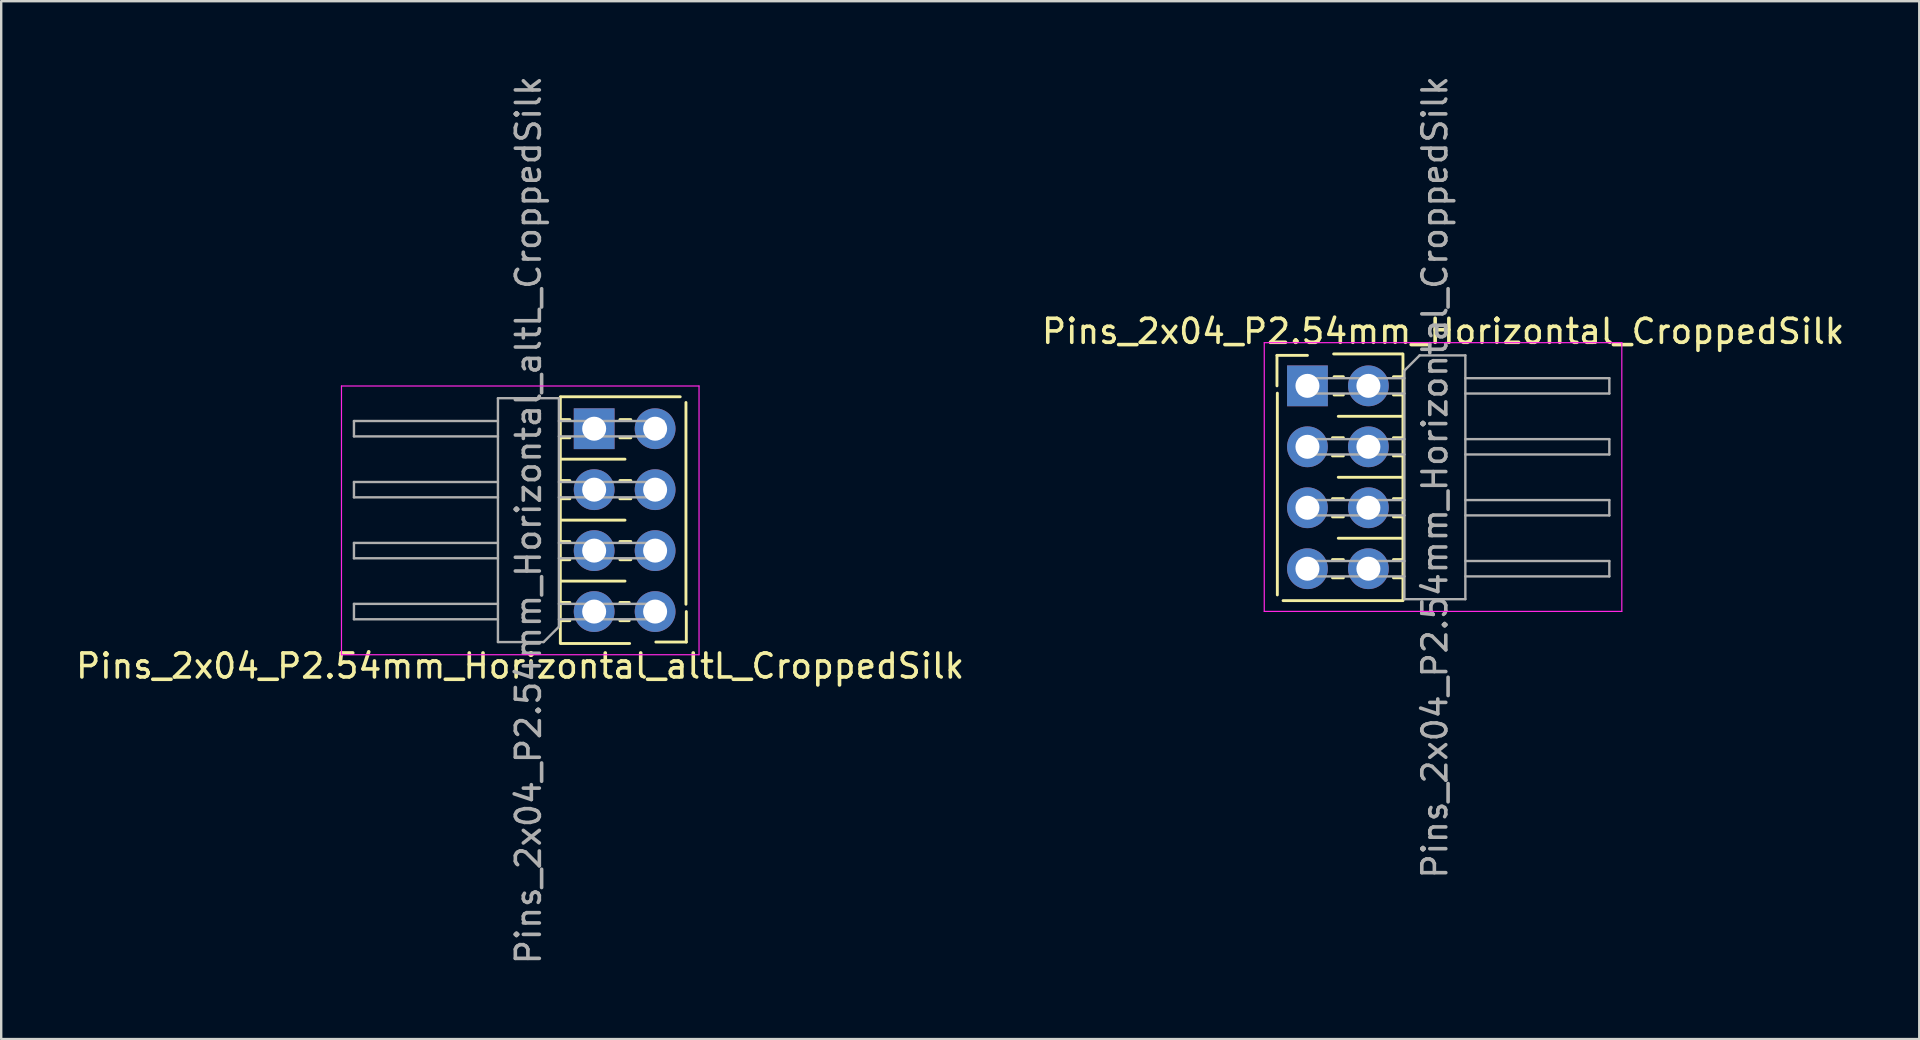
<source format=kicad_pcb>
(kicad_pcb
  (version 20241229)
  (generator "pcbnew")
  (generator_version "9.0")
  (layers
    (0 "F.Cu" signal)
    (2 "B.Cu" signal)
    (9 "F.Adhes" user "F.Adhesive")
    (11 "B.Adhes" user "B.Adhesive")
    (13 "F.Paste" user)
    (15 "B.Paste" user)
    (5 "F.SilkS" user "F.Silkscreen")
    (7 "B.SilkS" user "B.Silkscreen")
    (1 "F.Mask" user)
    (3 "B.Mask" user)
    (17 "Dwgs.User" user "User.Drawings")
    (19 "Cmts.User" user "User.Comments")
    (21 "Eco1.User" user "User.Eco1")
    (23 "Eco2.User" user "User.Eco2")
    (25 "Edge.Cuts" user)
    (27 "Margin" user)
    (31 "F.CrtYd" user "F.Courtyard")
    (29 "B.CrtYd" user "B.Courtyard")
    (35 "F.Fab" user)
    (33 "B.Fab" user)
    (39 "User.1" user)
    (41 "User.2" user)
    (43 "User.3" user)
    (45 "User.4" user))
  (footprint "Pins_2x04_P2.54mm_Horizontal_CroppedSilk"
    (layer "F.Cu")
    (at 52.704 16.839)
    (property "Reference" "Pins_2x04_P2.54mm_Horizontal_CroppedSilk" (at 4.385 -6.08 0) (layer "F.SilkS") (effects (font (size 1 1) (thickness 0.15))))
    (attr through_hole)
    (fp_line (start -2.54 -5.08) (end -1.27 -5.08) (stroke (width 0.12) (type solid)) (layer "F.SilkS"))
    (fp_line (start -2.54 -3.81) (end -2.54 -5.08) (stroke (width 0.12) (type solid)) (layer "F.SilkS"))
    (fp_line (start -2.525 -3.505) (end -2.525 4.902) (stroke (width 0.12) (type solid)) (layer "F.SilkS"))
    (fp_line (start -2.286 5.14) (end 2.675 5.14) (stroke (width 0.12) (type solid)) (layer "F.SilkS"))
    (fp_line (start -0.227 -1.65) (end 0.227 -1.65) (stroke (width 0.12) (type solid)) (layer "F.SilkS"))
    (fp_line (start -0.227 -0.89) (end 0.227 -0.89) (stroke (width 0.12) (type solid)) (layer "F.SilkS"))
    (fp_line (start -0.227 0.89) (end 0.227 0.89) (stroke (width 0.12) (type solid)) (layer "F.SilkS"))
    (fp_line (start -0.227 1.65) (end 0.227 1.65) (stroke (width 0.12) (type solid)) (layer "F.SilkS"))
    (fp_line (start -0.227 3.43) (end 0.227 3.43) (stroke (width 0.12) (type solid)) (layer "F.SilkS"))
    (fp_line (start -0.227 4.19) (end 0.227 4.19) (stroke (width 0.12) (type solid)) (layer "F.SilkS"))
    (fp_line (start -0.16 -4.19) (end 0.227 -4.19) (stroke (width 0.12) (type solid)) (layer "F.SilkS"))
    (fp_line (start -0.16 -3.43) (end 0.227 -3.43) (stroke (width 0.12) (type solid)) (layer "F.SilkS"))
    (fp_line (start 2.313 -4.19) (end 2.71 -4.19) (stroke (width 0.12) (type solid)) (layer "F.SilkS"))
    (fp_line (start 2.313 -3.43) (end 2.71 -3.43) (stroke (width 0.12) (type solid)) (layer "F.SilkS"))
    (fp_line (start 2.313 -1.65) (end 2.71 -1.65) (stroke (width 0.12) (type solid)) (layer "F.SilkS"))
    (fp_line (start 2.313 -0.89) (end 2.71 -0.89) (stroke (width 0.12) (type solid)) (layer "F.SilkS"))
    (fp_line (start 2.313 0.89) (end 2.71 0.89) (stroke (width 0.12) (type solid)) (layer "F.SilkS"))
    (fp_line (start 2.313 1.65) (end 2.71 1.65) (stroke (width 0.12) (type solid)) (layer "F.SilkS"))
    (fp_line (start 2.313 3.43) (end 2.71 3.43) (stroke (width 0.12) (type solid)) (layer "F.SilkS"))
    (fp_line (start 2.313 4.19) (end 2.71 4.19) (stroke (width 0.12) (type solid)) (layer "F.SilkS"))
    (fp_line (start 2.675 -5.14) (end -0.178 -5.14) (stroke (width 0.12) (type solid)) (layer "F.SilkS"))
    (fp_line (start 2.675 -2.54) (end 0.015 -2.54) (stroke (width 0.12) (type solid)) (layer "F.SilkS"))
    (fp_line (start 2.675 0) (end 0.015 0) (stroke (width 0.12) (type solid)) (layer "F.SilkS"))
    (fp_line (start 2.675 2.54) (end 0.015 2.54) (stroke (width 0.12) (type solid)) (layer "F.SilkS"))
    (fp_line (start 2.71 -5.14) (end 2.71 5.14) (stroke (width 0.12) (type solid)) (layer "F.SilkS"))
    (fp_line (start -3.07 -5.61) (end -3.07 5.59) (stroke (width 0.05) (type solid)) (layer "F.CrtYd"))
    (fp_line (start -3.07 5.59) (end 11.83 5.59) (stroke (width 0.05) (type solid)) (layer "F.CrtYd"))
    (fp_line (start 11.83 -5.61) (end -3.07 -5.61) (stroke (width 0.05) (type solid)) (layer "F.CrtYd"))
    (fp_line (start 11.83 5.59) (end 11.83 -5.61) (stroke (width 0.05) (type solid)) (layer "F.CrtYd"))
    (fp_line (start -1.59 -4.13) (end -1.59 -3.49) (stroke (width 0.1) (type solid)) (layer "F.Fab"))
    (fp_line (start -1.59 -4.13) (end 2.77 -4.13) (stroke (width 0.1) (type solid)) (layer "F.Fab"))
    (fp_line (start -1.59 -3.49) (end 2.77 -3.49) (stroke (width 0.1) (type solid)) (layer "F.Fab"))
    (fp_line (start -1.59 -1.59) (end -1.59 -0.95) (stroke (width 0.1) (type solid)) (layer "F.Fab"))
    (fp_line (start -1.59 -1.59) (end 2.77 -1.59) (stroke (width 0.1) (type solid)) (layer "F.Fab"))
    (fp_line (start -1.59 -0.95) (end 2.77 -0.95) (stroke (width 0.1) (type solid)) (layer "F.Fab"))
    (fp_line (start -1.59 0.95) (end -1.59 1.59) (stroke (width 0.1) (type solid)) (layer "F.Fab"))
    (fp_line (start -1.59 0.95) (end 2.77 0.95) (stroke (width 0.1) (type solid)) (layer "F.Fab"))
    (fp_line (start -1.59 1.59) (end 2.77 1.59) (stroke (width 0.1) (type solid)) (layer "F.Fab"))
    (fp_line (start -1.59 3.49) (end -1.59 4.13) (stroke (width 0.1) (type solid)) (layer "F.Fab"))
    (fp_line (start -1.59 3.49) (end 2.77 3.49) (stroke (width 0.1) (type solid)) (layer "F.Fab"))
    (fp_line (start -1.59 4.13) (end 2.77 4.13) (stroke (width 0.1) (type solid)) (layer "F.Fab"))
    (fp_line (start 2.77 -4.445) (end 3.405 -5.08) (stroke (width 0.1) (type solid)) (layer "F.Fab"))
    (fp_line (start 2.77 5.08) (end 2.77 -4.445) (stroke (width 0.1) (type solid)) (layer "F.Fab"))
    (fp_line (start 3.405 -5.08) (end 5.31 -5.08) (stroke (width 0.1) (type solid)) (layer "F.Fab"))
    (fp_line (start 5.31 -5.08) (end 5.31 5.08) (stroke (width 0.1) (type solid)) (layer "F.Fab"))
    (fp_line (start 5.31 -4.13) (end 11.31 -4.13) (stroke (width 0.1) (type solid)) (layer "F.Fab"))
    (fp_line (start 5.31 -3.49) (end 11.31 -3.49) (stroke (width 0.1) (type solid)) (layer "F.Fab"))
    (fp_line (start 5.31 -1.59) (end 11.31 -1.59) (stroke (width 0.1) (type solid)) (layer "F.Fab"))
    (fp_line (start 5.31 -0.95) (end 11.31 -0.95) (stroke (width 0.1) (type solid)) (layer "F.Fab"))
    (fp_line (start 5.31 0.95) (end 11.31 0.95) (stroke (width 0.1) (type solid)) (layer "F.Fab"))
    (fp_line (start 5.31 1.59) (end 11.31 1.59) (stroke (width 0.1) (type solid)) (layer "F.Fab"))
    (fp_line (start 5.31 3.49) (end 11.31 3.49) (stroke (width 0.1) (type solid)) (layer "F.Fab"))
    (fp_line (start 5.31 4.13) (end 11.31 4.13) (stroke (width 0.1) (type solid)) (layer "F.Fab"))
    (fp_line (start 5.31 5.08) (end 2.77 5.08) (stroke (width 0.1) (type solid)) (layer "F.Fab"))
    (fp_line (start 11.31 -4.13) (end 11.31 -3.49) (stroke (width 0.1) (type solid)) (layer "F.Fab"))
    (fp_line (start 11.31 -1.59) (end 11.31 -0.95) (stroke (width 0.1) (type solid)) (layer "F.Fab"))
    (fp_line (start 11.31 0.95) (end 11.31 1.59) (stroke (width 0.1) (type solid)) (layer "F.Fab"))
    (fp_line (start 11.31 3.49) (end 11.31 4.13) (stroke (width 0.1) (type solid)) (layer "F.Fab"))
    (fp_text user "${REFERENCE}" (at 4.04 0 90) (layer "F.Fab") (effects (font (size 1 1) (thickness 0.15))))
    (pad "1" thru_hole rect (at -1.27 -3.81) (size 1.7 1.7) (drill 1) (layers "*.Cu" "*.Mask"))
    (pad "2" thru_hole oval (at 1.27 -3.81) (size 1.7 1.7) (drill 1) (layers "*.Cu" "*.Mask"))
    (pad "3" thru_hole oval (at -1.27 -1.27) (size 1.7 1.7) (drill 1) (layers "*.Cu" "*.Mask"))
    (pad "4" thru_hole oval (at 1.27 -1.27) (size 1.7 1.7) (drill 1) (layers "*.Cu" "*.Mask"))
    (pad "5" thru_hole oval (at -1.27 1.27) (size 1.7 1.7) (drill 1) (layers "*.Cu" "*.Mask"))
    (pad "6" thru_hole oval (at 1.27 1.27) (size 1.7 1.7) (drill 1) (layers "*.Cu" "*.Mask"))
    (pad "7" thru_hole oval (at -1.27 3.81) (size 1.7 1.7) (drill 1) (layers "*.Cu" "*.Mask"))
    (pad "8" thru_hole oval (at 1.27 3.81) (size 1.7 1.7) (drill 1) (layers "*.Cu" "*.Mask")))
  (footprint "Pins_2x04_P2.54mm_Horizontal_altL_CroppedSilk"
    (layer "F.Cu")
    (at 23.01 18.625)
    (property "Reference" "Pins_2x04_P2.54mm_Horizontal_altL_CroppedSilk" (at -4.385 6.08 180) (layer "F.SilkS") (effects (font (size 1 1) (thickness 0.15))))
    (attr through_hole)
    (fp_line (start -2.71 5.14) (end -2.71 -5.14) (stroke (width 0.12) (type solid)) (layer "F.SilkS"))
    (fp_line (start -2.675 -2.54) (end -0.015 -2.54) (stroke (width 0.12) (type solid)) (layer "F.SilkS"))
    (fp_line (start -2.675 0) (end -0.015 0) (stroke (width 0.12) (type solid)) (layer "F.SilkS"))
    (fp_line (start -2.675 2.54) (end -0.015 2.54) (stroke (width 0.12) (type solid)) (layer "F.SilkS"))
    (fp_line (start -2.675 5.14) (end 0.178 5.14) (stroke (width 0.12) (type solid)) (layer "F.SilkS"))
    (fp_line (start -2.313 -4.19) (end -2.71 -4.19) (stroke (width 0.12) (type solid)) (layer "F.SilkS"))
    (fp_line (start -2.313 -3.43) (end -2.71 -3.43) (stroke (width 0.12) (type solid)) (layer "F.SilkS"))
    (fp_line (start -2.313 -1.65) (end -2.71 -1.65) (stroke (width 0.12) (type solid)) (layer "F.SilkS"))
    (fp_line (start -2.313 -0.89) (end -2.71 -0.89) (stroke (width 0.12) (type solid)) (layer "F.SilkS"))
    (fp_line (start -2.313 0.89) (end -2.71 0.89) (stroke (width 0.12) (type solid)) (layer "F.SilkS"))
    (fp_line (start -2.313 1.65) (end -2.71 1.65) (stroke (width 0.12) (type solid)) (layer "F.SilkS"))
    (fp_line (start -2.313 3.43) (end -2.71 3.43) (stroke (width 0.12) (type solid)) (layer "F.SilkS"))
    (fp_line (start -2.313 4.19) (end -2.71 4.19) (stroke (width 0.12) (type solid)) (layer "F.SilkS"))
    (fp_line (start 0.16 3.43) (end -0.227 3.43) (stroke (width 0.12) (type solid)) (layer "F.SilkS"))
    (fp_line (start 0.16 4.19) (end -0.227 4.19) (stroke (width 0.12) (type solid)) (layer "F.SilkS"))
    (fp_line (start 0.227 -4.19) (end -0.227 -4.19) (stroke (width 0.12) (type solid)) (layer "F.SilkS"))
    (fp_line (start 0.227 -3.43) (end -0.227 -3.43) (stroke (width 0.12) (type solid)) (layer "F.SilkS"))
    (fp_line (start 0.227 -1.65) (end -0.227 -1.65) (stroke (width 0.12) (type solid)) (layer "F.SilkS"))
    (fp_line (start 0.227 -0.89) (end -0.227 -0.89) (stroke (width 0.12) (type solid)) (layer "F.SilkS"))
    (fp_line (start 0.227 0.89) (end -0.227 0.89) (stroke (width 0.12) (type solid)) (layer "F.SilkS"))
    (fp_line (start 0.227 1.65) (end -0.227 1.65) (stroke (width 0.12) (type solid)) (layer "F.SilkS"))
    (fp_line (start 2.286 -5.14) (end -2.675 -5.14) (stroke (width 0.12) (type solid)) (layer "F.SilkS"))
    (fp_line (start 2.525 3.505) (end 2.525 -4.902) (stroke (width 0.12) (type solid)) (layer "F.SilkS"))
    (fp_line (start 2.54 3.81) (end 2.54 5.08) (stroke (width 0.12) (type solid)) (layer "F.SilkS"))
    (fp_line (start 2.54 5.08) (end 1.27 5.08) (stroke (width 0.12) (type solid)) (layer "F.SilkS"))
    (fp_line (start -11.83 -5.59) (end -11.83 5.61) (stroke (width 0.05) (type solid)) (layer "F.CrtYd"))
    (fp_line (start -11.83 5.61) (end 3.07 5.61) (stroke (width 0.05) (type solid)) (layer "F.CrtYd"))
    (fp_line (start 3.07 -5.59) (end -11.83 -5.59) (stroke (width 0.05) (type solid)) (layer "F.CrtYd"))
    (fp_line (start 3.07 5.61) (end 3.07 -5.59) (stroke (width 0.05) (type solid)) (layer "F.CrtYd"))
    (fp_line (start -11.31 -3.49) (end -11.31 -4.13) (stroke (width 0.1) (type solid)) (layer "F.Fab"))
    (fp_line (start -11.31 -0.95) (end -11.31 -1.59) (stroke (width 0.1) (type solid)) (layer "F.Fab"))
    (fp_line (start -11.31 1.59) (end -11.31 0.95) (stroke (width 0.1) (type solid)) (layer "F.Fab"))
    (fp_line (start -11.31 4.13) (end -11.31 3.49) (stroke (width 0.1) (type solid)) (layer "F.Fab"))
    (fp_line (start -5.31 -5.08) (end -2.77 -5.08) (stroke (width 0.1) (type solid)) (layer "F.Fab"))
    (fp_line (start -5.31 -4.13) (end -11.31 -4.13) (stroke (width 0.1) (type solid)) (layer "F.Fab"))
    (fp_line (start -5.31 -3.49) (end -11.31 -3.49) (stroke (width 0.1) (type solid)) (layer "F.Fab"))
    (fp_line (start -5.31 -1.59) (end -11.31 -1.59) (stroke (width 0.1) (type solid)) (layer "F.Fab"))
    (fp_line (start -5.31 -0.95) (end -11.31 -0.95) (stroke (width 0.1) (type solid)) (layer "F.Fab"))
    (fp_line (start -5.31 0.95) (end -11.31 0.95) (stroke (width 0.1) (type solid)) (layer "F.Fab"))
    (fp_line (start -5.31 1.59) (end -11.31 1.59) (stroke (width 0.1) (type solid)) (layer "F.Fab"))
    (fp_line (start -5.31 3.49) (end -11.31 3.49) (stroke (width 0.1) (type solid)) (layer "F.Fab"))
    (fp_line (start -5.31 4.13) (end -11.31 4.13) (stroke (width 0.1) (type solid)) (layer "F.Fab"))
    (fp_line (start -5.31 5.08) (end -5.31 -5.08) (stroke (width 0.1) (type solid)) (layer "F.Fab"))
    (fp_line (start -3.405 5.08) (end -5.31 5.08) (stroke (width 0.1) (type solid)) (layer "F.Fab"))
    (fp_line (start -2.77 -5.08) (end -2.77 4.445) (stroke (width 0.1) (type solid)) (layer "F.Fab"))
    (fp_line (start -2.77 4.445) (end -3.405 5.08) (stroke (width 0.1) (type solid)) (layer "F.Fab"))
    (fp_line (start 1.59 -4.13) (end -2.77 -4.13) (stroke (width 0.1) (type solid)) (layer "F.Fab"))
    (fp_line (start 1.59 -3.49) (end -2.77 -3.49) (stroke (width 0.1) (type solid)) (layer "F.Fab"))
    (fp_line (start 1.59 -3.49) (end 1.59 -4.13) (stroke (width 0.1) (type solid)) (layer "F.Fab"))
    (fp_line (start 1.59 -1.59) (end -2.77 -1.59) (stroke (width 0.1) (type solid)) (layer "F.Fab"))
    (fp_line (start 1.59 -0.95) (end -2.77 -0.95) (stroke (width 0.1) (type solid)) (layer "F.Fab"))
    (fp_line (start 1.59 -0.95) (end 1.59 -1.59) (stroke (width 0.1) (type solid)) (layer "F.Fab"))
    (fp_line (start 1.59 0.95) (end -2.77 0.95) (stroke (width 0.1) (type solid)) (layer "F.Fab"))
    (fp_line (start 1.59 1.59) (end -2.77 1.59) (stroke (width 0.1) (type solid)) (layer "F.Fab"))
    (fp_line (start 1.59 1.59) (end 1.59 0.95) (stroke (width 0.1) (type solid)) (layer "F.Fab"))
    (fp_line (start 1.59 3.49) (end -2.77 3.49) (stroke (width 0.1) (type solid)) (layer "F.Fab"))
    (fp_line (start 1.59 4.13) (end -2.77 4.13) (stroke (width 0.1) (type solid)) (layer "F.Fab"))
    (fp_line (start 1.59 4.13) (end 1.59 3.49) (stroke (width 0.1) (type solid)) (layer "F.Fab"))
    (fp_text user "${REFERENCE}" (at -4.04 0 270) (layer "F.Fab") (effects (font (size 1 1) (thickness 0.15))))
    (pad "1" thru_hole rect (at -1.3 -3.81) (size 1.7 1.7) (drill 1) (layers "*.Cu" "*.Mask"))
    (pad "2" thru_hole oval (at 1.24 -3.81) (size 1.7 1.7) (drill 1) (layers "*.Cu" "*.Mask"))
    (pad "3" thru_hole oval (at -1.3 -1.27) (size 1.7 1.7) (drill 1) (layers "*.Cu" "*.Mask"))
    (pad "4" thru_hole oval (at 1.24 -1.27) (size 1.7 1.7) (drill 1) (layers "*.Cu" "*.Mask"))
    (pad "5" thru_hole oval (at -1.3 1.27) (size 1.7 1.7) (drill 1) (layers "*.Cu" "*.Mask"))
    (pad "6" thru_hole oval (at 1.24 1.27) (size 1.7 1.7) (drill 1) (layers "*.Cu" "*.Mask"))
    (pad "7" thru_hole oval (at -1.3 3.81) (size 1.7 1.7) (drill 1) (layers "*.Cu" "*.Mask"))
    (pad "8" thru_hole oval (at 1.24 3.81) (size 1.7 1.7) (drill 1) (layers "*.Cu" "*.Mask")))
  (gr_rect
    (start -3 -3)
    (end 76.929 40.25)
    (stroke (width 0.1) (type default))
    (fill no)
    (layer "Edge.Cuts")))
</source>
